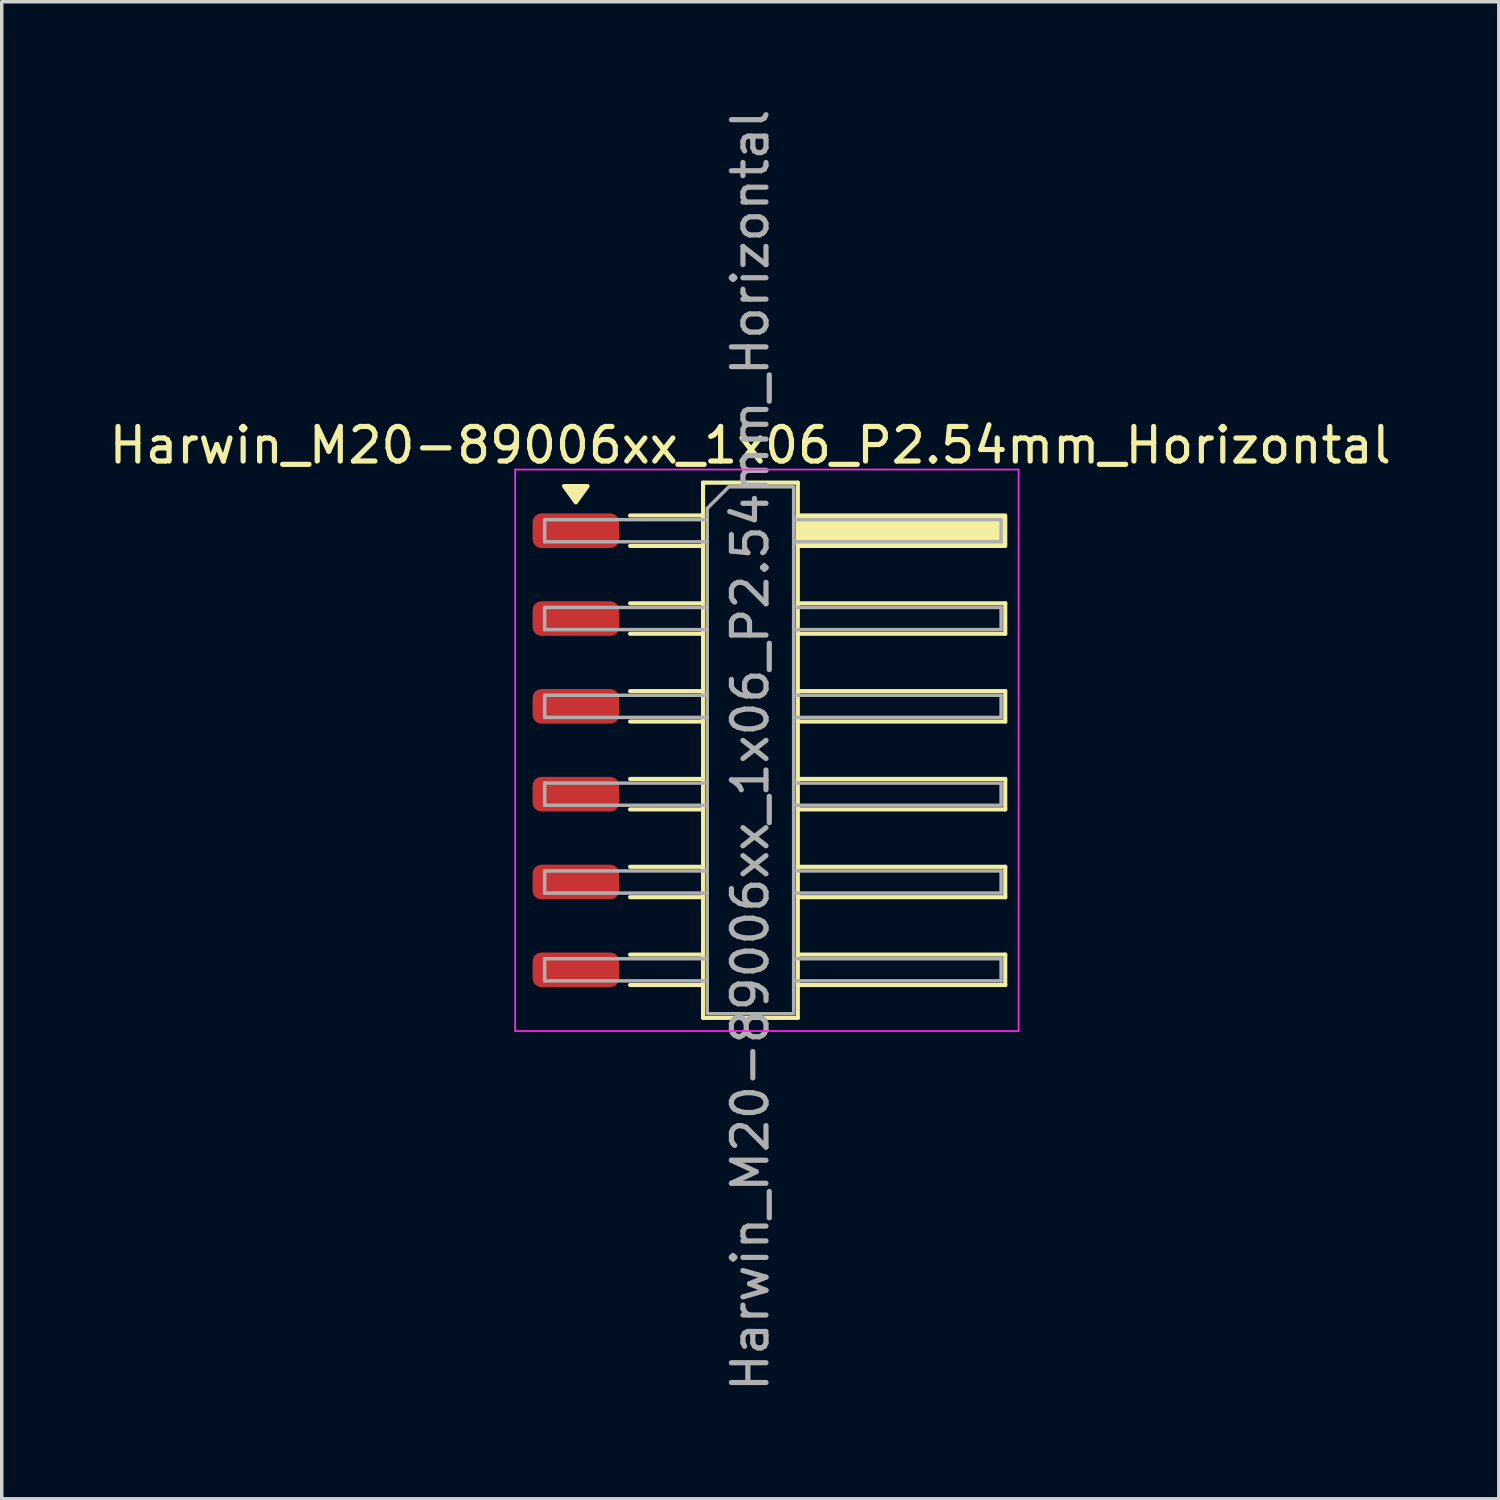
<source format=kicad_pcb>
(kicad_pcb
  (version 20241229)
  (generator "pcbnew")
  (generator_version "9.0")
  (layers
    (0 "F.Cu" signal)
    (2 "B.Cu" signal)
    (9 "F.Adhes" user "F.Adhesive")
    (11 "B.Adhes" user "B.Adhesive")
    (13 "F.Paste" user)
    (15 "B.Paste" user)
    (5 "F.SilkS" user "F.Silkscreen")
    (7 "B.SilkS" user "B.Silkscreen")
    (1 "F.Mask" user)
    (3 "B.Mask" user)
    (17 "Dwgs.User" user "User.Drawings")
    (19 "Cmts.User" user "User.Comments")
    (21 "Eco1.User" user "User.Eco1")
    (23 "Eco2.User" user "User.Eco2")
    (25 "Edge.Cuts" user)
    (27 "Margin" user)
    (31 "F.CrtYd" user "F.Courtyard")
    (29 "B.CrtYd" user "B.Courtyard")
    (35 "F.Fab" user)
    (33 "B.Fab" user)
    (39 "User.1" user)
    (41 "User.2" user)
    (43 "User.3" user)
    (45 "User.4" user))
  (footprint "Harwin_M20-89006xx_1x06_P2.54mm_Horizontal"
    (layer "F.Cu")
    (at 19.129 18.649)
    (property "Reference" "Harwin_M20-89006xx_1x06_P2.54mm_Horizontal" (at -0.48 -8.82 0) (layer "F.SilkS") (effects (font (size 1 1) (thickness 0.15))))
    (attr smd)
    (fp_line (start -3.955 -6.79) (end -1.845 -6.79) (stroke (width 0.12) (type solid)) (layer "F.SilkS"))
    (fp_line (start -3.955 -5.91) (end -1.845 -5.91) (stroke (width 0.12) (type solid)) (layer "F.SilkS"))
    (fp_line (start -3.955 -4.25) (end -1.845 -4.25) (stroke (width 0.12) (type solid)) (layer "F.SilkS"))
    (fp_line (start -3.955 -3.37) (end -1.845 -3.37) (stroke (width 0.12) (type solid)) (layer "F.SilkS"))
    (fp_line (start -3.955 -1.71) (end -1.845 -1.71) (stroke (width 0.12) (type solid)) (layer "F.SilkS"))
    (fp_line (start -3.955 -0.83) (end -1.845 -0.83) (stroke (width 0.12) (type solid)) (layer "F.SilkS"))
    (fp_line (start -3.955 0.83) (end -1.845 0.83) (stroke (width 0.12) (type solid)) (layer "F.SilkS"))
    (fp_line (start -3.955 1.71) (end -1.845 1.71) (stroke (width 0.12) (type solid)) (layer "F.SilkS"))
    (fp_line (start -3.955 3.37) (end -1.845 3.37) (stroke (width 0.12) (type solid)) (layer "F.SilkS"))
    (fp_line (start -3.955 4.25) (end -1.845 4.25) (stroke (width 0.12) (type solid)) (layer "F.SilkS"))
    (fp_line (start -3.955 5.91) (end -1.845 5.91) (stroke (width 0.12) (type solid)) (layer "F.SilkS"))
    (fp_line (start -3.955 6.79) (end -1.845 6.79) (stroke (width 0.12) (type solid)) (layer "F.SilkS"))
    (fp_line (start -1.845 -7.74) (end 0.895 -7.74) (stroke (width 0.12) (type solid)) (layer "F.SilkS"))
    (fp_line (start -1.845 7.74) (end -1.845 -7.74) (stroke (width 0.12) (type solid)) (layer "F.SilkS"))
    (fp_line (start 0.895 -7.74) (end 0.895 7.74) (stroke (width 0.12) (type solid)) (layer "F.SilkS"))
    (fp_line (start 0.895 -4.25) (end 6.895 -4.25) (stroke (width 0.12) (type solid)) (layer "F.SilkS"))
    (fp_line (start 0.895 -1.71) (end 6.895 -1.71) (stroke (width 0.12) (type solid)) (layer "F.SilkS"))
    (fp_line (start 0.895 0.83) (end 6.895 0.83) (stroke (width 0.12) (type solid)) (layer "F.SilkS"))
    (fp_line (start 0.895 3.37) (end 6.895 3.37) (stroke (width 0.12) (type solid)) (layer "F.SilkS"))
    (fp_line (start 0.895 5.91) (end 6.895 5.91) (stroke (width 0.12) (type solid)) (layer "F.SilkS"))
    (fp_line (start 0.895 7.74) (end -1.845 7.74) (stroke (width 0.12) (type solid)) (layer "F.SilkS"))
    (fp_line (start 6.895 -4.25) (end 6.895 -3.37) (stroke (width 0.12) (type solid)) (layer "F.SilkS"))
    (fp_line (start 6.895 -3.37) (end 0.895 -3.37) (stroke (width 0.12) (type solid)) (layer "F.SilkS"))
    (fp_line (start 6.895 -1.71) (end 6.895 -0.83) (stroke (width 0.12) (type solid)) (layer "F.SilkS"))
    (fp_line (start 6.895 -0.83) (end 0.895 -0.83) (stroke (width 0.12) (type solid)) (layer "F.SilkS"))
    (fp_line (start 6.895 0.83) (end 6.895 1.71) (stroke (width 0.12) (type solid)) (layer "F.SilkS"))
    (fp_line (start 6.895 1.71) (end 0.895 1.71) (stroke (width 0.12) (type solid)) (layer "F.SilkS"))
    (fp_line (start 6.895 3.37) (end 6.895 4.25) (stroke (width 0.12) (type solid)) (layer "F.SilkS"))
    (fp_line (start 6.895 4.25) (end 0.895 4.25) (stroke (width 0.12) (type solid)) (layer "F.SilkS"))
    (fp_line (start 6.895 5.91) (end 6.895 6.79) (stroke (width 0.12) (type solid)) (layer "F.SilkS"))
    (fp_line (start 6.895 6.79) (end 0.895 6.79) (stroke (width 0.12) (type solid)) (layer "F.SilkS"))
    (fp_rect (start 0.895 -6.79) (end 6.895 -5.91) (stroke (width 0.12) (type solid)) (fill yes) (layer "F.SilkS"))
    (fp_poly (pts (xy -5.525 -7.17) (xy -5.865 -7.64) (xy -5.185 -7.64)) (stroke (width 0.12) (type solid)) (fill yes) (layer "F.SilkS"))
    (fp_line (start -7.28 -8.12) (end 7.28 -8.12) (stroke (width 0.05) (type solid)) (layer "F.CrtYd"))
    (fp_line (start -7.28 8.12) (end -7.28 -8.12) (stroke (width 0.05) (type solid)) (layer "F.CrtYd"))
    (fp_line (start 7.28 -8.12) (end 7.28 8.12) (stroke (width 0.05) (type solid)) (layer "F.CrtYd"))
    (fp_line (start 7.28 8.12) (end -7.28 8.12) (stroke (width 0.05) (type solid)) (layer "F.CrtYd"))
    (fp_line (start -6.425 -6.67) (end -6.425 -6.03) (stroke (width 0.1) (type solid)) (layer "F.Fab"))
    (fp_line (start -6.425 -6.03) (end -1.725 -6.03) (stroke (width 0.1) (type solid)) (layer "F.Fab"))
    (fp_line (start -6.425 -4.13) (end -6.425 -3.49) (stroke (width 0.1) (type solid)) (layer "F.Fab"))
    (fp_line (start -6.425 -3.49) (end -1.725 -3.49) (stroke (width 0.1) (type solid)) (layer "F.Fab"))
    (fp_line (start -6.425 -1.59) (end -6.425 -0.95) (stroke (width 0.1) (type solid)) (layer "F.Fab"))
    (fp_line (start -6.425 -0.95) (end -1.725 -0.95) (stroke (width 0.1) (type solid)) (layer "F.Fab"))
    (fp_line (start -6.425 0.95) (end -6.425 1.59) (stroke (width 0.1) (type solid)) (layer "F.Fab"))
    (fp_line (start -6.425 1.59) (end -1.725 1.59) (stroke (width 0.1) (type solid)) (layer "F.Fab"))
    (fp_line (start -6.425 3.49) (end -6.425 4.13) (stroke (width 0.1) (type solid)) (layer "F.Fab"))
    (fp_line (start -6.425 4.13) (end -1.725 4.13) (stroke (width 0.1) (type solid)) (layer "F.Fab"))
    (fp_line (start -6.425 6.03) (end -6.425 6.67) (stroke (width 0.1) (type solid)) (layer "F.Fab"))
    (fp_line (start -6.425 6.67) (end -1.725 6.67) (stroke (width 0.1) (type solid)) (layer "F.Fab"))
    (fp_line (start -1.725 -6.67) (end -6.425 -6.67) (stroke (width 0.1) (type solid)) (layer "F.Fab"))
    (fp_line (start -1.725 -4.13) (end -6.425 -4.13) (stroke (width 0.1) (type solid)) (layer "F.Fab"))
    (fp_line (start -1.725 -1.59) (end -6.425 -1.59) (stroke (width 0.1) (type solid)) (layer "F.Fab"))
    (fp_line (start -1.725 0.95) (end -6.425 0.95) (stroke (width 0.1) (type solid)) (layer "F.Fab"))
    (fp_line (start -1.725 3.49) (end -6.425 3.49) (stroke (width 0.1) (type solid)) (layer "F.Fab"))
    (fp_line (start -1.725 6.03) (end -6.425 6.03) (stroke (width 0.1) (type solid)) (layer "F.Fab"))
    (fp_line (start 0.775 -6.67) (end 6.775 -6.67) (stroke (width 0.1) (type solid)) (layer "F.Fab"))
    (fp_line (start 0.775 -4.13) (end 6.775 -4.13) (stroke (width 0.1) (type solid)) (layer "F.Fab"))
    (fp_line (start 0.775 -1.59) (end 6.775 -1.59) (stroke (width 0.1) (type solid)) (layer "F.Fab"))
    (fp_line (start 0.775 0.95) (end 6.775 0.95) (stroke (width 0.1) (type solid)) (layer "F.Fab"))
    (fp_line (start 0.775 3.49) (end 6.775 3.49) (stroke (width 0.1) (type solid)) (layer "F.Fab"))
    (fp_line (start 0.775 6.03) (end 6.775 6.03) (stroke (width 0.1) (type solid)) (layer "F.Fab"))
    (fp_line (start 6.775 -6.67) (end 6.775 -6.03) (stroke (width 0.1) (type solid)) (layer "F.Fab"))
    (fp_line (start 6.775 -6.03) (end 0.775 -6.03) (stroke (width 0.1) (type solid)) (layer "F.Fab"))
    (fp_line (start 6.775 -4.13) (end 6.775 -3.49) (stroke (width 0.1) (type solid)) (layer "F.Fab"))
    (fp_line (start 6.775 -3.49) (end 0.775 -3.49) (stroke (width 0.1) (type solid)) (layer "F.Fab"))
    (fp_line (start 6.775 -1.59) (end 6.775 -0.95) (stroke (width 0.1) (type solid)) (layer "F.Fab"))
    (fp_line (start 6.775 -0.95) (end 0.775 -0.95) (stroke (width 0.1) (type solid)) (layer "F.Fab"))
    (fp_line (start 6.775 0.95) (end 6.775 1.59) (stroke (width 0.1) (type solid)) (layer "F.Fab"))
    (fp_line (start 6.775 1.59) (end 0.775 1.59) (stroke (width 0.1) (type solid)) (layer "F.Fab"))
    (fp_line (start 6.775 3.49) (end 6.775 4.13) (stroke (width 0.1) (type solid)) (layer "F.Fab"))
    (fp_line (start 6.775 4.13) (end 0.775 4.13) (stroke (width 0.1) (type solid)) (layer "F.Fab"))
    (fp_line (start 6.775 6.03) (end 6.775 6.67) (stroke (width 0.1) (type solid)) (layer "F.Fab"))
    (fp_line (start 6.775 6.67) (end 0.775 6.67) (stroke (width 0.1) (type solid)) (layer "F.Fab"))
    (fp_poly (pts (xy -1.725 -6.995) (xy -1.725 7.62) (xy 0.775 7.62) (xy 0.775 -7.62) (xy -1.1 -7.62)) (stroke (width 0.1) (type solid)) (fill no) (layer "F.Fab"))
    (fp_text user "${REFERENCE}" (at -0.48 0 90) (layer "F.Fab") (effects (font (size 1 1) (thickness 0.15))))
    (pad "1" smd roundrect (at -5.525 -6.35) (size 2.5 1) (layers "F.Cu" "F.Mask" "F.Paste") (roundrect_rratio 0.25))
    (pad "2" smd roundrect (at -5.525 -3.81) (size 2.5 1) (layers "F.Cu" "F.Mask" "F.Paste") (roundrect_rratio 0.25))
    (pad "3" smd roundrect (at -5.525 -1.27) (size 2.5 1) (layers "F.Cu" "F.Mask" "F.Paste") (roundrect_rratio 0.25))
    (pad "4" smd roundrect (at -5.525 1.27) (size 2.5 1) (layers "F.Cu" "F.Mask" "F.Paste") (roundrect_rratio 0.25))
    (pad "5" smd roundrect (at -5.525 3.81) (size 2.5 1) (layers "F.Cu" "F.Mask" "F.Paste") (roundrect_rratio 0.25))
    (pad "6" smd roundrect (at -5.525 6.35) (size 2.5 1) (layers "F.Cu" "F.Mask" "F.Paste") (roundrect_rratio 0.25)))
  (gr_rect
    (start -3 -3)
    (end 40.298 40.298)
    (stroke (width 0.1) (type default))
    (fill no)
    (layer "Edge.Cuts")))
</source>
